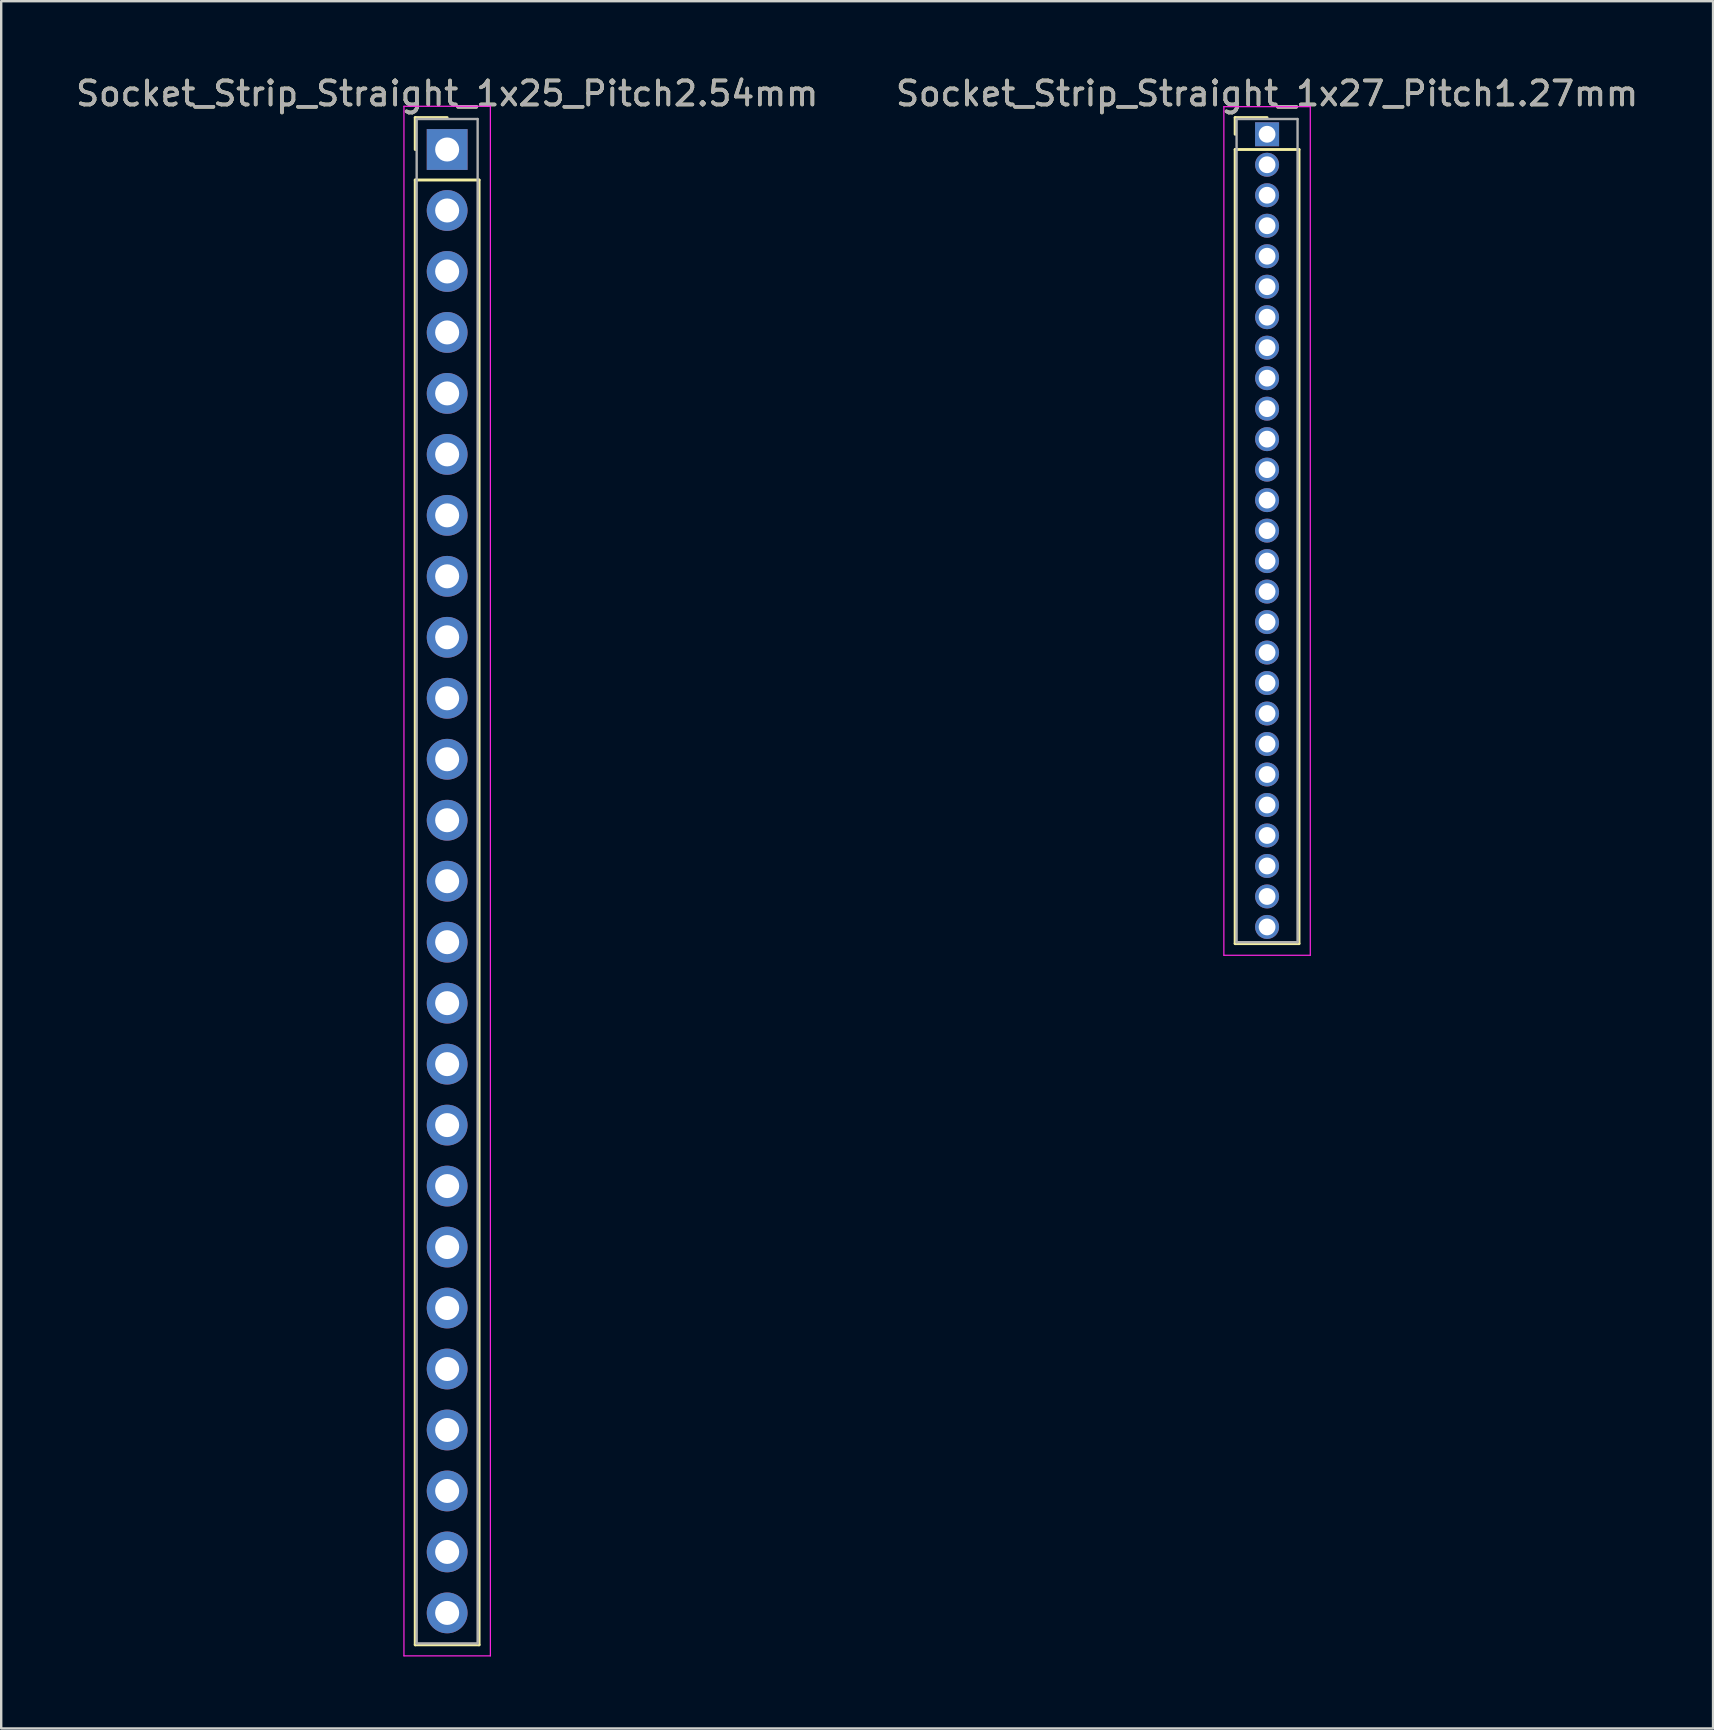
<source format=kicad_pcb>
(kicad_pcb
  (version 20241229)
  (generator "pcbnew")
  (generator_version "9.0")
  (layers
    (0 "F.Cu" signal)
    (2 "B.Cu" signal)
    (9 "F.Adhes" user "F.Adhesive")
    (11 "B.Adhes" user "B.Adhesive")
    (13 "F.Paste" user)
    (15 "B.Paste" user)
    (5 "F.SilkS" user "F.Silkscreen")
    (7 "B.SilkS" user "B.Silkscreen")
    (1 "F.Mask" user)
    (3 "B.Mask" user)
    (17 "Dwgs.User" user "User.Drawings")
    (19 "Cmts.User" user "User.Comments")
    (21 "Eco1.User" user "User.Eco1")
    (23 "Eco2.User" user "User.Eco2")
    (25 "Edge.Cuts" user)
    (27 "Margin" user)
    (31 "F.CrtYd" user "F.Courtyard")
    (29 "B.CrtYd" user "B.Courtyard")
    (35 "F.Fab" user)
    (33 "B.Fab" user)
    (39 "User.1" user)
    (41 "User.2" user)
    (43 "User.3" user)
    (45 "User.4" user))
  (footprint "Socket_Strip_Straight_1x25_Pitch2.54mm"
    (layer "F.Cu")
    (at 15.577 3.178)
    (property "Reference" "Socket_Strip_Straight_1x25_Pitch2.54mm" (at 0 -2.33 0) (layer "F.SilkS") (effects (font (size 1 1) (thickness 0.15))))
    (attr through_hole)
    (fp_line (start -1.33 -1.33) (end 0 -1.33) (stroke (width 0.12) (type solid)) (layer "F.SilkS"))
    (fp_line (start -1.33 0) (end -1.33 -1.33) (stroke (width 0.12) (type solid)) (layer "F.SilkS"))
    (fp_line (start -1.33 1.27) (end -1.33 62.29) (stroke (width 0.12) (type solid)) (layer "F.SilkS"))
    (fp_line (start -1.33 62.29) (end 1.33 62.29) (stroke (width 0.12) (type solid)) (layer "F.SilkS"))
    (fp_line (start 1.33 1.27) (end -1.33 1.27) (stroke (width 0.12) (type solid)) (layer "F.SilkS"))
    (fp_line (start 1.33 62.29) (end 1.33 1.27) (stroke (width 0.12) (type solid)) (layer "F.SilkS"))
    (fp_line (start -1.8 -1.8) (end -1.8 62.75) (stroke (width 0.05) (type solid)) (layer "F.CrtYd"))
    (fp_line (start -1.8 62.75) (end 1.8 62.75) (stroke (width 0.05) (type solid)) (layer "F.CrtYd"))
    (fp_line (start 1.8 -1.8) (end -1.8 -1.8) (stroke (width 0.05) (type solid)) (layer "F.CrtYd"))
    (fp_line (start 1.8 62.75) (end 1.8 -1.8) (stroke (width 0.05) (type solid)) (layer "F.CrtYd"))
    (fp_line (start -1.27 -1.27) (end -1.27 62.23) (stroke (width 0.1) (type solid)) (layer "F.Fab"))
    (fp_line (start -1.27 62.23) (end 1.27 62.23) (stroke (width 0.1) (type solid)) (layer "F.Fab"))
    (fp_line (start 1.27 -1.27) (end -1.27 -1.27) (stroke (width 0.1) (type solid)) (layer "F.Fab"))
    (fp_line (start 1.27 62.23) (end 1.27 -1.27) (stroke (width 0.1) (type solid)) (layer "F.Fab"))
    (fp_text user "${REFERENCE}" (at 0 -2.33 0) (layer "F.Fab") (effects (font (size 1 1) (thickness 0.15))))
    (pad "1" thru_hole rect (at 0 0) (size 1.7 1.7) (drill 1) (layers "*.Cu" "*.Mask"))
    (pad "2" thru_hole oval (at 0 2.54) (size 1.7 1.7) (drill 1) (layers "*.Cu" "*.Mask"))
    (pad "3" thru_hole oval (at 0 5.08) (size 1.7 1.7) (drill 1) (layers "*.Cu" "*.Mask"))
    (pad "4" thru_hole oval (at 0 7.62) (size 1.7 1.7) (drill 1) (layers "*.Cu" "*.Mask"))
    (pad "5" thru_hole oval (at 0 10.16) (size 1.7 1.7) (drill 1) (layers "*.Cu" "*.Mask"))
    (pad "6" thru_hole oval (at 0 12.7) (size 1.7 1.7) (drill 1) (layers "*.Cu" "*.Mask"))
    (pad "7" thru_hole oval (at 0 15.24) (size 1.7 1.7) (drill 1) (layers "*.Cu" "*.Mask"))
    (pad "8" thru_hole oval (at 0 17.78) (size 1.7 1.7) (drill 1) (layers "*.Cu" "*.Mask"))
    (pad "9" thru_hole oval (at 0 20.32) (size 1.7 1.7) (drill 1) (layers "*.Cu" "*.Mask"))
    (pad "10" thru_hole oval (at 0 22.86) (size 1.7 1.7) (drill 1) (layers "*.Cu" "*.Mask"))
    (pad "11" thru_hole oval (at 0 25.4) (size 1.7 1.7) (drill 1) (layers "*.Cu" "*.Mask"))
    (pad "12" thru_hole oval (at 0 27.94) (size 1.7 1.7) (drill 1) (layers "*.Cu" "*.Mask"))
    (pad "13" thru_hole oval (at 0 30.48) (size 1.7 1.7) (drill 1) (layers "*.Cu" "*.Mask"))
    (pad "14" thru_hole oval (at 0 33.02) (size 1.7 1.7) (drill 1) (layers "*.Cu" "*.Mask"))
    (pad "15" thru_hole oval (at 0 35.56) (size 1.7 1.7) (drill 1) (layers "*.Cu" "*.Mask"))
    (pad "16" thru_hole oval (at 0 38.1) (size 1.7 1.7) (drill 1) (layers "*.Cu" "*.Mask"))
    (pad "17" thru_hole oval (at 0 40.64) (size 1.7 1.7) (drill 1) (layers "*.Cu" "*.Mask"))
    (pad "18" thru_hole oval (at 0 43.18) (size 1.7 1.7) (drill 1) (layers "*.Cu" "*.Mask"))
    (pad "19" thru_hole oval (at 0 45.72) (size 1.7 1.7) (drill 1) (layers "*.Cu" "*.Mask"))
    (pad "20" thru_hole oval (at 0 48.26) (size 1.7 1.7) (drill 1) (layers "*.Cu" "*.Mask"))
    (pad "21" thru_hole oval (at 0 50.8) (size 1.7 1.7) (drill 1) (layers "*.Cu" "*.Mask"))
    (pad "22" thru_hole oval (at 0 53.34) (size 1.7 1.7) (drill 1) (layers "*.Cu" "*.Mask"))
    (pad "23" thru_hole oval (at 0 55.88) (size 1.7 1.7) (drill 1) (layers "*.Cu" "*.Mask"))
    (pad "24" thru_hole oval (at 0 58.42) (size 1.7 1.7) (drill 1) (layers "*.Cu" "*.Mask"))
    (pad "25" thru_hole oval (at 0 60.96) (size 1.7 1.7) (drill 1) (layers "*.Cu" "*.Mask")))
  (footprint "Socket_Strip_Straight_1x27_Pitch1.27mm"
    (layer "F.Cu")
    (at 49.732 2.543)
    (property "Reference" "Socket_Strip_Straight_1x27_Pitch1.27mm" (at 0 -1.695 0) (layer "F.SilkS") (effects (font (size 1 1) (thickness 0.15))))
    (attr through_hole)
    (fp_line (start -1.33 -0.695) (end 0 -0.695) (stroke (width 0.12) (type solid)) (layer "F.SilkS"))
    (fp_line (start -1.33 0) (end -1.33 -0.695) (stroke (width 0.12) (type solid)) (layer "F.SilkS"))
    (fp_line (start -1.33 0.635) (end -1.33 33.715) (stroke (width 0.12) (type solid)) (layer "F.SilkS"))
    (fp_line (start -1.33 33.715) (end 1.33 33.715) (stroke (width 0.12) (type solid)) (layer "F.SilkS"))
    (fp_line (start 1.33 0.635) (end -1.33 0.635) (stroke (width 0.12) (type solid)) (layer "F.SilkS"))
    (fp_line (start 1.33 33.715) (end 1.33 0.635) (stroke (width 0.12) (type solid)) (layer "F.SilkS"))
    (fp_line (start -1.8 -1.15) (end -1.8 34.2) (stroke (width 0.05) (type solid)) (layer "F.CrtYd"))
    (fp_line (start -1.8 34.2) (end 1.8 34.2) (stroke (width 0.05) (type solid)) (layer "F.CrtYd"))
    (fp_line (start 1.8 -1.15) (end -1.8 -1.15) (stroke (width 0.05) (type solid)) (layer "F.CrtYd"))
    (fp_line (start 1.8 34.2) (end 1.8 -1.15) (stroke (width 0.05) (type solid)) (layer "F.CrtYd"))
    (fp_line (start -1.27 -0.635) (end -1.27 33.655) (stroke (width 0.1) (type solid)) (layer "F.Fab"))
    (fp_line (start -1.27 33.655) (end 1.27 33.655) (stroke (width 0.1) (type solid)) (layer "F.Fab"))
    (fp_line (start 1.27 -0.635) (end -1.27 -0.635) (stroke (width 0.1) (type solid)) (layer "F.Fab"))
    (fp_line (start 1.27 33.655) (end 1.27 -0.635) (stroke (width 0.1) (type solid)) (layer "F.Fab"))
    (fp_text user "${REFERENCE}" (at 0 -1.695 0) (layer "F.Fab") (effects (font (size 1 1) (thickness 0.15))))
    (pad "1" thru_hole rect (at 0 0) (size 1 1) (drill 0.7) (layers "*.Cu" "*.Mask"))
    (pad "2" thru_hole oval (at 0 1.27) (size 1 1) (drill 0.7) (layers "*.Cu" "*.Mask"))
    (pad "3" thru_hole oval (at 0 2.54) (size 1 1) (drill 0.7) (layers "*.Cu" "*.Mask"))
    (pad "4" thru_hole oval (at 0 3.81) (size 1 1) (drill 0.7) (layers "*.Cu" "*.Mask"))
    (pad "5" thru_hole oval (at 0 5.08) (size 1 1) (drill 0.7) (layers "*.Cu" "*.Mask"))
    (pad "6" thru_hole oval (at 0 6.35) (size 1 1) (drill 0.7) (layers "*.Cu" "*.Mask"))
    (pad "7" thru_hole oval (at 0 7.62) (size 1 1) (drill 0.7) (layers "*.Cu" "*.Mask"))
    (pad "8" thru_hole oval (at 0 8.89) (size 1 1) (drill 0.7) (layers "*.Cu" "*.Mask"))
    (pad "9" thru_hole oval (at 0 10.16) (size 1 1) (drill 0.7) (layers "*.Cu" "*.Mask"))
    (pad "10" thru_hole oval (at 0 11.43) (size 1 1) (drill 0.7) (layers "*.Cu" "*.Mask"))
    (pad "11" thru_hole oval (at 0 12.7) (size 1 1) (drill 0.7) (layers "*.Cu" "*.Mask"))
    (pad "12" thru_hole oval (at 0 13.97) (size 1 1) (drill 0.7) (layers "*.Cu" "*.Mask"))
    (pad "13" thru_hole oval (at 0 15.24) (size 1 1) (drill 0.7) (layers "*.Cu" "*.Mask"))
    (pad "14" thru_hole oval (at 0 16.51) (size 1 1) (drill 0.7) (layers "*.Cu" "*.Mask"))
    (pad "15" thru_hole oval (at 0 17.78) (size 1 1) (drill 0.7) (layers "*.Cu" "*.Mask"))
    (pad "16" thru_hole oval (at 0 19.05) (size 1 1) (drill 0.7) (layers "*.Cu" "*.Mask"))
    (pad "17" thru_hole oval (at 0 20.32) (size 1 1) (drill 0.7) (layers "*.Cu" "*.Mask"))
    (pad "18" thru_hole oval (at 0 21.59) (size 1 1) (drill 0.7) (layers "*.Cu" "*.Mask"))
    (pad "19" thru_hole oval (at 0 22.86) (size 1 1) (drill 0.7) (layers "*.Cu" "*.Mask"))
    (pad "20" thru_hole oval (at 0 24.13) (size 1 1) (drill 0.7) (layers "*.Cu" "*.Mask"))
    (pad "21" thru_hole oval (at 0 25.4) (size 1 1) (drill 0.7) (layers "*.Cu" "*.Mask"))
    (pad "22" thru_hole oval (at 0 26.67) (size 1 1) (drill 0.7) (layers "*.Cu" "*.Mask"))
    (pad "23" thru_hole oval (at 0 27.94) (size 1 1) (drill 0.7) (layers "*.Cu" "*.Mask"))
    (pad "24" thru_hole oval (at 0 29.21) (size 1 1) (drill 0.7) (layers "*.Cu" "*.Mask"))
    (pad "25" thru_hole oval (at 0 30.48) (size 1 1) (drill 0.7) (layers "*.Cu" "*.Mask"))
    (pad "26" thru_hole oval (at 0 31.75) (size 1 1) (drill 0.7) (layers "*.Cu" "*.Mask"))
    (pad "27" thru_hole oval (at 0 33.02) (size 1 1) (drill 0.7) (layers "*.Cu" "*.Mask")))
  (gr_rect
    (start -3 -3)
    (end 68.31 68.953)
    (stroke (width 0.1) (type default))
    (fill no)
    (layer "Edge.Cuts")))
</source>
